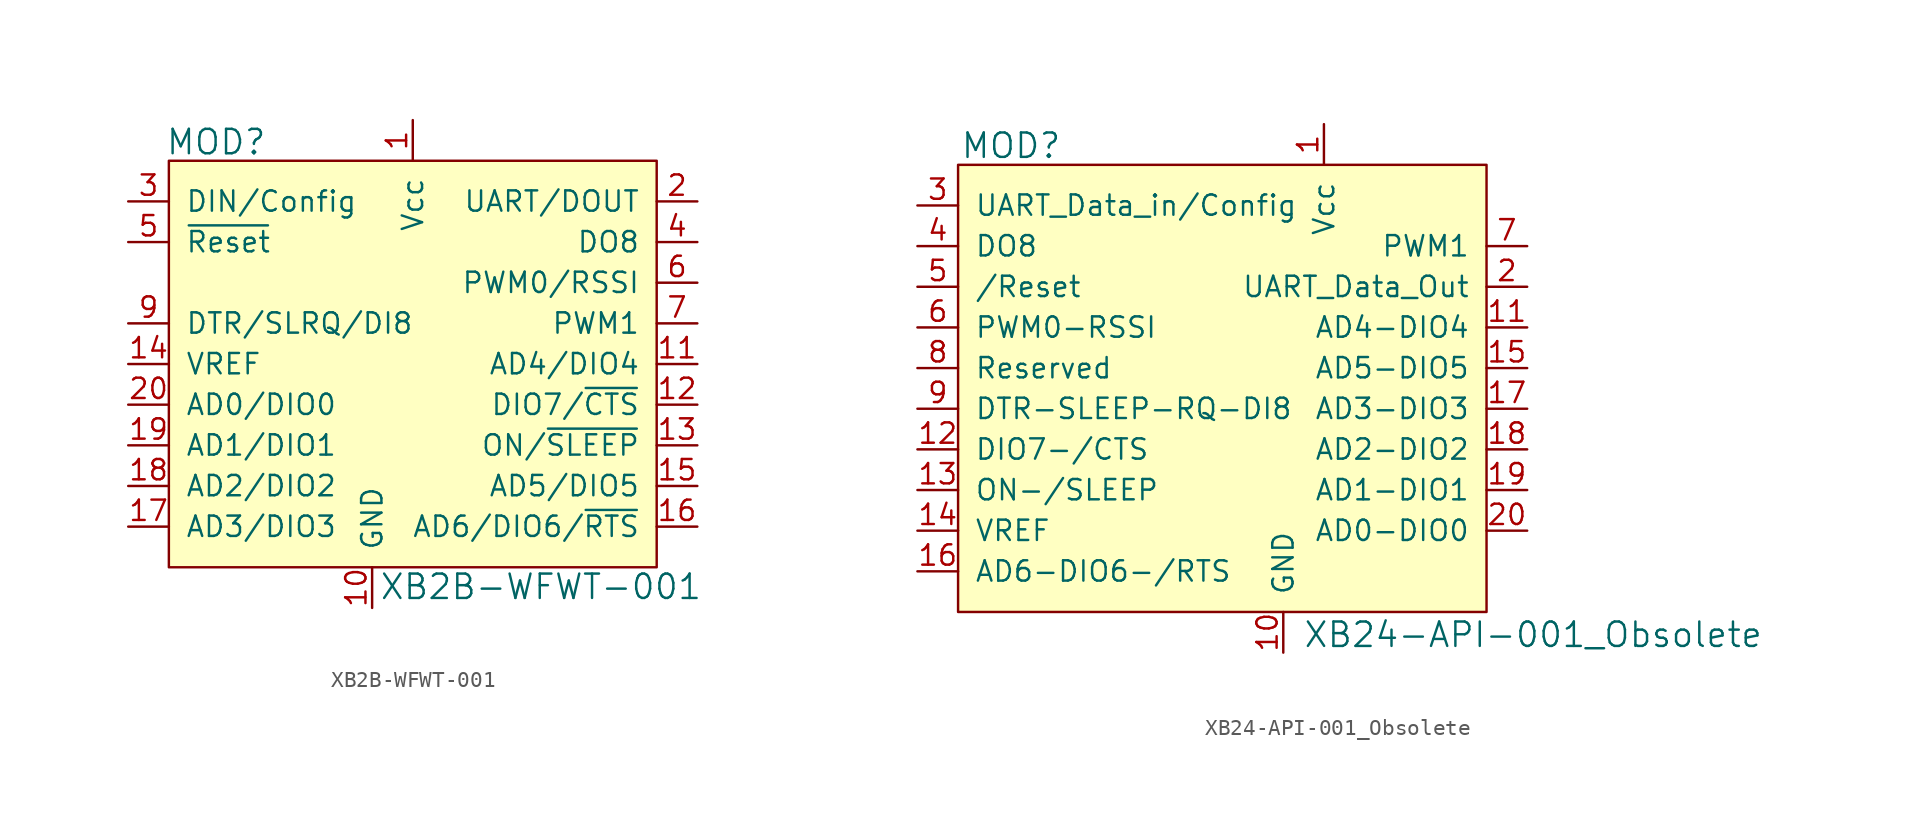
<source format=kicad_sym>
(kicad_symbol_lib
  (version 20201005)
  (generator kicad_symbol_editor)
  (symbol "XB2B-WFWT-001"
    (pin_names
      (offset 1.016))
    (property "Reference" "MOD"
      (at -15.469 16.408 0)
      (effects (font (size 1.524 1.524)) (justify left)))
    (property "Value" "XB2B-WFWT-001"
      (at -2.108 -11.379 0)
      (effects (font (size 1.524 1.524)) (justify left)))
    (symbol "XB2B-WFWT-001_0_1"
      (rectangle (start -15.24 15.24) (end 15.24 -10.16) (stroke (width 0)) (fill (type background))))
    (symbol "XB2B-WFWT-001_1_1"
      (pin power_in line (at 0 17.78 270) (length 2.54) (name "Vcc" (effects (font (size 1.27 1.27)))) (number "1" (effects (font (size 1.27 1.27)))))
      (pin output line (at 17.78 12.7 180) (length 2.54) (name "UART/DOUT" (effects (font (size 1.27 1.27)))) (number "2" (effects (font (size 1.27 1.27)))))
      (pin input line (at -17.78 12.7 0) (length 2.54) (name "DIN/Config" (effects (font (size 1.27 1.27)))) (number "3" (effects (font (size 1.27 1.27)))))
      (pin output line (at 17.78 10.16 180) (length 2.54) (name "DO8" (effects (font (size 1.27 1.27)))) (number "4" (effects (font (size 1.27 1.27)))))
      (pin input line (at -17.78 10.16 0) (length 2.54) (name "~Reset" (effects (font (size 1.27 1.27)))) (number "5" (effects (font (size 1.27 1.27)))))
      (pin output line (at 17.78 7.62 180) (length 2.54) (name "PWM0/RSSI" (effects (font (size 1.27 1.27)))) (number "6" (effects (font (size 1.27 1.27)))))
      (pin output line (at 17.78 5.08 180) (length 2.54) (name "PWM1" (effects (font (size 1.27 1.27)))) (number "7" (effects (font (size 1.27 1.27)))))
      (pin no_connect line (at -15.24 7.62 0) (length 2.54) hide (name "Reserved" (effects (font (size 1.27 1.27)))) (number "8" (effects (font (size 1.27 1.27)))))
      (pin input line (at -17.78 5.08 0) (length 2.54) (name "DTR/SLRQ/DI8" (effects (font (size 1.27 1.27)))) (number "9" (effects (font (size 1.27 1.27)))))
      (pin power_in line (at -2.54 -12.7 90) (length 2.54) (name "GND" (effects (font (size 1.27 1.27)))) (number "10" (effects (font (size 1.27 1.27)))))
      (pin bidirectional line (at -17.78 0 0) (length 2.54) (name "AD0/DIO0" (effects (font (size 1.27 1.27)))) (number "20" (effects (font (size 1.27 1.27)))))
      (pin bidirectional line (at 17.78 2.54 180) (length 2.54) (name "AD4/DIO4" (effects (font (size 1.27 1.27)))) (number "11" (effects (font (size 1.27 1.27)))))
      (pin bidirectional line (at 17.78 0 180) (length 2.54) (name "DIO7/~CTS" (effects (font (size 1.27 1.27)))) (number "12" (effects (font (size 1.27 1.27)))))
      (pin output line (at 17.78 -2.54 180) (length 2.54) (name "ON/~SLEEP" (effects (font (size 1.27 1.27)))) (number "13" (effects (font (size 1.27 1.27)))))
      (pin input line (at -17.78 2.54 0) (length 2.54) (name "VREF" (effects (font (size 1.27 1.27)))) (number "14" (effects (font (size 1.27 1.27)))))
      (pin bidirectional line (at 17.78 -5.08 180) (length 2.54) (name "AD5/DIO5" (effects (font (size 1.27 1.27)))) (number "15" (effects (font (size 1.27 1.27)))))
      (pin bidirectional line (at 17.78 -7.62 180) (length 2.54) (name "AD6/DIO6/~RTS" (effects (font (size 1.27 1.27)))) (number "16" (effects (font (size 1.27 1.27)))))
      (pin bidirectional line (at -17.78 -7.62 0) (length 2.54) (name "AD3/DIO3" (effects (font (size 1.27 1.27)))) (number "17" (effects (font (size 1.27 1.27)))))
      (pin bidirectional line (at -17.78 -5.08 0) (length 2.54) (name "AD2/DIO2" (effects (font (size 1.27 1.27)))) (number "18" (effects (font (size 1.27 1.27)))))
      (pin bidirectional line (at -17.78 -2.54 0) (length 2.54) (name "AD1/DIO1" (effects (font (size 1.27 1.27)))) (number "19" (effects (font (size 1.27 1.27)))))))
  (symbol "XB24-API-001_Obsolete"
    (pin_names
      (offset 1.016))
    (property "Reference" "MOD"
      (at -20.193 18.974 0)
      (effects (font (size 1.524 1.524)) (justify left)))
    (property "Value" "XB24-API-001_Obsolete"
      (at 1.219 -11.582 0)
      (effects (font (size 1.524 1.524)) (justify left)))
    (symbol "XB24-API-001_Obsolete_0_1"
      (rectangle (start -20.32 17.78) (end 12.7 -10.16) (stroke (width 0)) (fill (type background))))
    (symbol "XB24-API-001_Obsolete_1_1"
      (pin power_in line (at 2.54 20.32 270) (length 2.54) (name "Vcc" (effects (font (size 1.27 1.27)))) (number "1" (effects (font (size 1.27 1.27)))))
      (pin output line (at 15.24 10.16 180) (length 2.54) (name "UART_Data_Out" (effects (font (size 1.27 1.27)))) (number "2" (effects (font (size 1.27 1.27)))))
      (pin input line (at -22.86 15.24 0) (length 2.54) (name "UART_Data_in/Config" (effects (font (size 1.27 1.27)))) (number "3" (effects (font (size 1.27 1.27)))))
      (pin bidirectional line (at -22.86 12.7 0) (length 2.54) (name "DO8" (effects (font (size 1.27 1.27)))) (number "4" (effects (font (size 1.27 1.27)))))
      (pin input line (at -22.86 10.16 0) (length 2.54) (name "/Reset" (effects (font (size 1.27 1.27)))) (number "5" (effects (font (size 1.27 1.27)))))
      (pin bidirectional line (at -22.86 7.62 0) (length 2.54) (name "PWM0-RSSI" (effects (font (size 1.27 1.27)))) (number "6" (effects (font (size 1.27 1.27)))))
      (pin output line (at 15.24 12.7 180) (length 2.54) (name "PWM1" (effects (font (size 1.27 1.27)))) (number "7" (effects (font (size 1.27 1.27)))))
      (pin bidirectional line (at -22.86 5.08 0) (length 2.54) (name "Reserved" (effects (font (size 1.27 1.27)))) (number "8" (effects (font (size 1.27 1.27)))))
      (pin bidirectional line (at -22.86 2.54 0) (length 2.54) (name "DTR-SLEEP-RQ-DI8" (effects (font (size 1.27 1.27)))) (number "9" (effects (font (size 1.27 1.27)))))
      (pin power_in line (at 0 -12.7 90) (length 2.54) (name "GND" (effects (font (size 1.27 1.27)))) (number "10" (effects (font (size 1.27 1.27)))))
      (pin bidirectional line (at 15.24 -5.08 180) (length 2.54) (name "AD0-DIO0" (effects (font (size 1.27 1.27)))) (number "20" (effects (font (size 1.27 1.27)))))
      (pin bidirectional line (at 15.24 7.62 180) (length 2.54) (name "AD4-DIO4" (effects (font (size 1.27 1.27)))) (number "11" (effects (font (size 1.27 1.27)))))
      (pin bidirectional line (at -22.86 0 0) (length 2.54) (name "DIO7-/CTS" (effects (font (size 1.27 1.27)))) (number "12" (effects (font (size 1.27 1.27)))))
      (pin input line (at -22.86 -2.54 0) (length 2.54) (name "ON-/SLEEP" (effects (font (size 1.27 1.27)))) (number "13" (effects (font (size 1.27 1.27)))))
      (pin input line (at -22.86 -5.08 0) (length 2.54) (name "VREF" (effects (font (size 1.27 1.27)))) (number "14" (effects (font (size 1.27 1.27)))))
      (pin bidirectional line (at 15.24 5.08 180) (length 2.54) (name "AD5-DIO5" (effects (font (size 1.27 1.27)))) (number "15" (effects (font (size 1.27 1.27)))))
      (pin bidirectional line (at -22.86 -7.62 0) (length 2.54) (name "AD6-DIO6-/RTS" (effects (font (size 1.27 1.27)))) (number "16" (effects (font (size 1.27 1.27)))))
      (pin bidirectional line (at 15.24 2.54 180) (length 2.54) (name "AD3-DIO3" (effects (font (size 1.27 1.27)))) (number "17" (effects (font (size 1.27 1.27)))))
      (pin bidirectional line (at 15.24 0 180) (length 2.54) (name "AD2-DIO2" (effects (font (size 1.27 1.27)))) (number "18" (effects (font (size 1.27 1.27)))))
      (pin bidirectional line (at 15.24 -2.54 180) (length 2.54) (name "AD1-DIO1" (effects (font (size 1.27 1.27)))) (number "19" (effects (font (size 1.27 1.27))))))))
</source>
